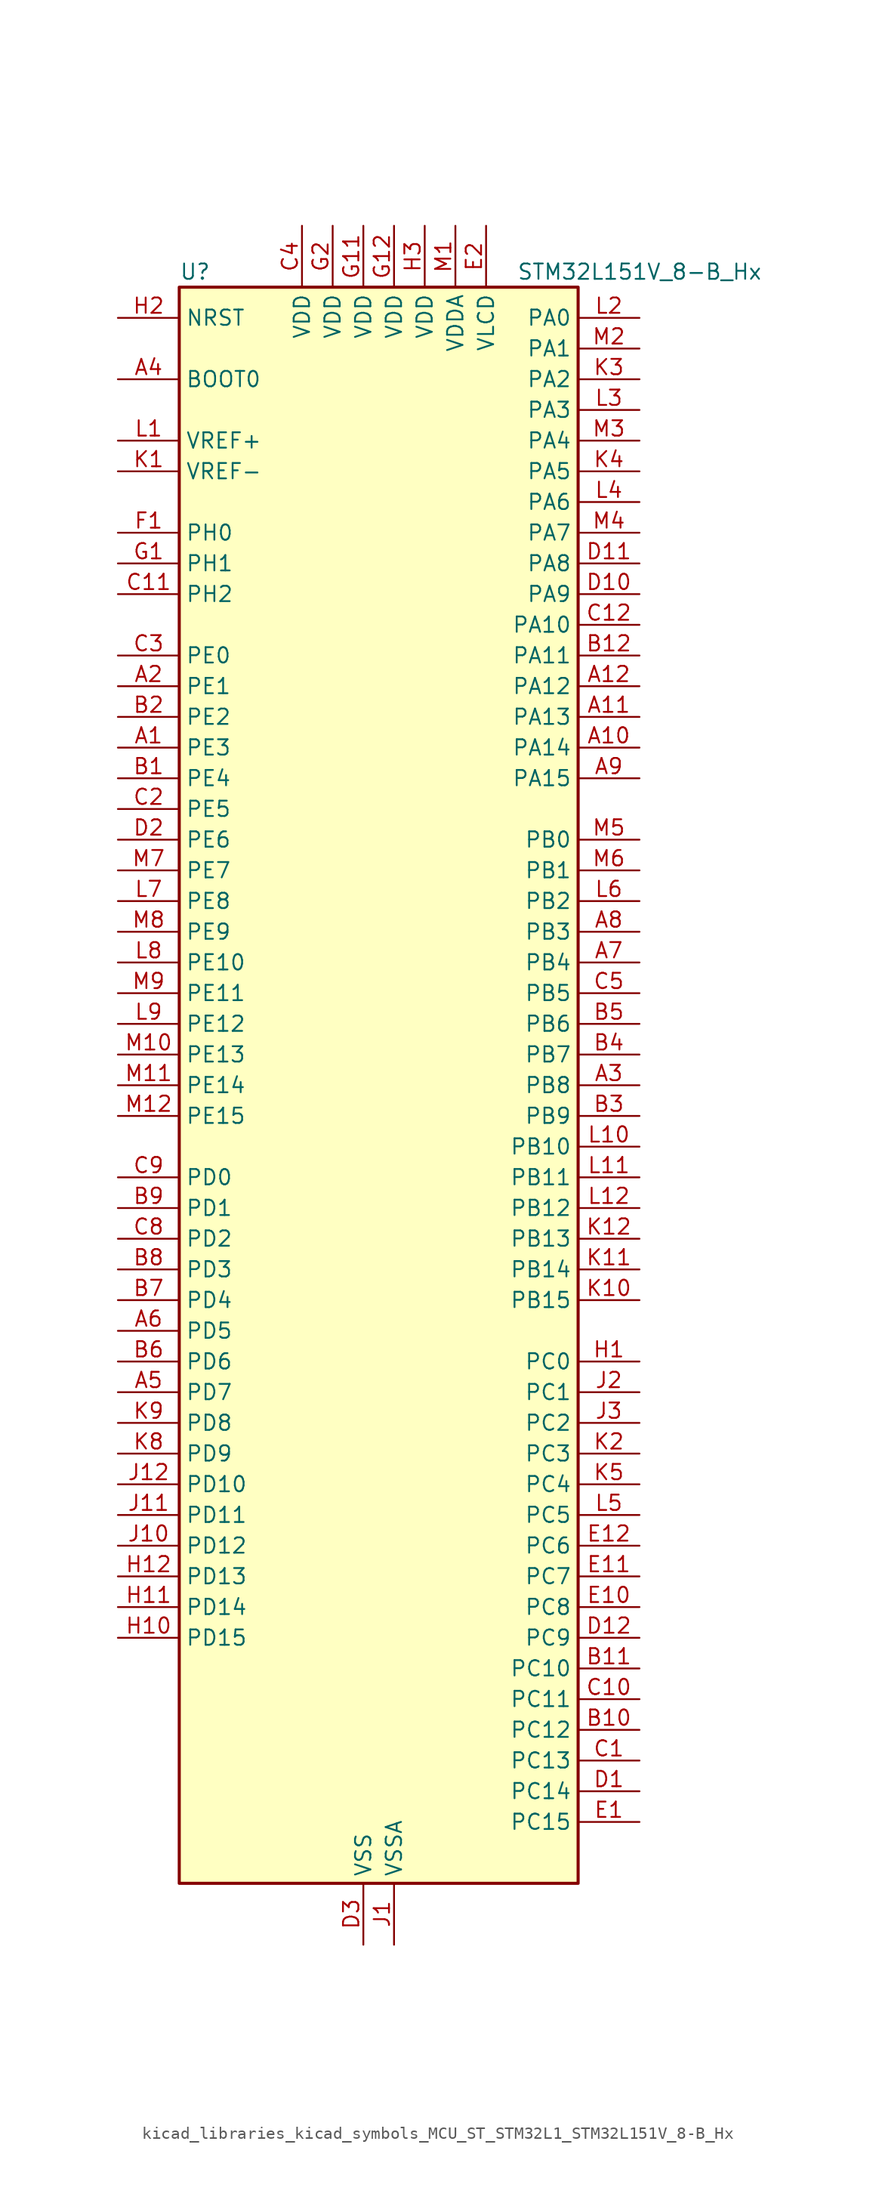
<source format=kicad_sym>
(kicad_symbol_lib
  (version 20220914)
  (generator kicad_symbol_editor)
  (symbol "kicad_libraries_kicad_symbols_MCU_ST_STM32L1_STM32L151V_8-B_Hx"
    (property "Reference" "U"
      (at -15.24 67.31 0)
      (effects (font (size 1.27 1.27)) (justify left)))
    (property "Value" "STM32L151V_8-B_Hx"
      (at 12.7 67.31 0)
      (effects (font (size 1.27 1.27)) (justify left)))
    (property "ki_locked" ""
      (at 0 0 0)
      (effects (font (size 1.27 1.27))))
    (symbol "kicad_libraries_kicad_symbols_MCU_ST_STM32L1_STM32L151V_8-B_Hx_0_1"
      (rectangle (start -15.24 -66.04) (end 17.78 66.04) (stroke (width 0.254) (type default)) (fill (type background))))
    (symbol "kicad_libraries_kicad_symbols_MCU_ST_STM32L1_STM32L151V_8-B_Hx_1_1"
      (pin bidirectional line (at -20.32 27.94 0) (length 5.08) (name "PE3" (effects (font (size 1.27 1.27)))) (number "A1" (effects (font (size 1.27 1.27)))) (alternate "SYS_TRACED0" bidirectional line) (alternate "TIM3_CH1" bidirectional line) (alternate "TIMX_IC4" bidirectional line))
      (pin bidirectional line (at 22.86 27.94 180) (length 5.08) (name "PA14" (effects (font (size 1.27 1.27)))) (number "A10" (effects (font (size 1.27 1.27)))) (alternate "SYS_JTCK-SWCLK" bidirectional line) (alternate "TIMX_IC3" bidirectional line) (alternate "TS_G5_IO2" bidirectional line))
      (pin bidirectional line (at 22.86 30.48 180) (length 5.08) (name "PA13" (effects (font (size 1.27 1.27)))) (number "A11" (effects (font (size 1.27 1.27)))) (alternate "SYS_JTMS-SWDIO" bidirectional line) (alternate "TIMX_IC2" bidirectional line) (alternate "TS_G5_IO1" bidirectional line))
      (pin bidirectional line (at 22.86 33.02 180) (length 5.08) (name "PA12" (effects (font (size 1.27 1.27)))) (number "A12" (effects (font (size 1.27 1.27)))) (alternate "SPI1_MOSI" bidirectional line) (alternate "TIMX_IC1" bidirectional line) (alternate "USART1_RTS" bidirectional line) (alternate "USB_DP" bidirectional line))
      (pin bidirectional line (at -20.32 33.02 0) (length 5.08) (name "PE1" (effects (font (size 1.27 1.27)))) (number "A2" (effects (font (size 1.27 1.27)))) (alternate "TIM11_CH1" bidirectional line) (alternate "TIMX_IC2" bidirectional line))
      (pin bidirectional line (at 22.86 0 180) (length 5.08) (name "PB8" (effects (font (size 1.27 1.27)))) (number "A3" (effects (font (size 1.27 1.27)))) (alternate "I2C1_SCL" bidirectional line) (alternate "TIM10_CH1" bidirectional line) (alternate "TIM4_CH3" bidirectional line))
      (pin input line (at -20.32 58.42 0) (length 5.08) (name "BOOT0" (effects (font (size 1.27 1.27)))) (number "A4" (effects (font (size 1.27 1.27)))))
      (pin bidirectional line (at -20.32 -25.4 0) (length 5.08) (name "PD7" (effects (font (size 1.27 1.27)))) (number "A5" (effects (font (size 1.27 1.27)))) (alternate "TIM9_CH2" bidirectional line) (alternate "TIMX_IC4" bidirectional line) (alternate "USART2_CK" bidirectional line))
      (pin bidirectional line (at -20.32 -20.32 0) (length 5.08) (name "PD5" (effects (font (size 1.27 1.27)))) (number "A6" (effects (font (size 1.27 1.27)))) (alternate "TIMX_IC2" bidirectional line) (alternate "USART2_TX" bidirectional line))
      (pin bidirectional line (at 22.86 10.16 180) (length 5.08) (name "PB4" (effects (font (size 1.27 1.27)))) (number "A7" (effects (font (size 1.27 1.27)))) (alternate "COMP2_INP" bidirectional line) (alternate "SPI1_MISO" bidirectional line) (alternate "SYS_JTRST" bidirectional line) (alternate "TIM3_CH1" bidirectional line) (alternate "TS_G6_IO1" bidirectional line))
      (pin bidirectional line (at 22.86 12.7 180) (length 5.08) (name "PB3" (effects (font (size 1.27 1.27)))) (number "A8" (effects (font (size 1.27 1.27)))) (alternate "COMP2_INM" bidirectional line) (alternate "SPI1_SCK" bidirectional line) (alternate "SYS_JTDO-TRACESWO" bidirectional line) (alternate "TIM2_CH2" bidirectional line))
      (pin bidirectional line (at 22.86 25.4 180) (length 5.08) (name "PA15" (effects (font (size 1.27 1.27)))) (number "A9" (effects (font (size 1.27 1.27)))) (alternate "ADC_EXTI15" bidirectional line) (alternate "SPI1_NSS" bidirectional line) (alternate "SYS_JTDI" bidirectional line) (alternate "TIM2_CH1" bidirectional line) (alternate "TIM2_ETR" bidirectional line) (alternate "TIMX_IC4" bidirectional line) (alternate "TS_G5_IO3" bidirectional line))
      (pin bidirectional line (at -20.32 25.4 0) (length 5.08) (name "PE4" (effects (font (size 1.27 1.27)))) (number "B1" (effects (font (size 1.27 1.27)))) (alternate "SYS_TRACED1" bidirectional line) (alternate "TIM3_CH2" bidirectional line) (alternate "TIMX_IC1" bidirectional line))
      (pin bidirectional line (at 22.86 -53.34 180) (length 5.08) (name "PC12" (effects (font (size 1.27 1.27)))) (number "B10" (effects (font (size 1.27 1.27)))) (alternate "TIMX_IC1" bidirectional line) (alternate "USART3_CK" bidirectional line))
      (pin bidirectional line (at 22.86 -48.26 180) (length 5.08) (name "PC10" (effects (font (size 1.27 1.27)))) (number "B11" (effects (font (size 1.27 1.27)))) (alternate "TIMX_IC3" bidirectional line) (alternate "USART3_TX" bidirectional line))
      (pin bidirectional line (at 22.86 35.56 180) (length 5.08) (name "PA11" (effects (font (size 1.27 1.27)))) (number "B12" (effects (font (size 1.27 1.27)))) (alternate "ADC_EXTI11" bidirectional line) (alternate "SPI1_MISO" bidirectional line) (alternate "TIMX_IC4" bidirectional line) (alternate "USART1_CTS" bidirectional line) (alternate "USB_DM" bidirectional line))
      (pin bidirectional line (at -20.32 30.48 0) (length 5.08) (name "PE2" (effects (font (size 1.27 1.27)))) (number "B2" (effects (font (size 1.27 1.27)))) (alternate "SYS_TRACECK" bidirectional line) (alternate "TIM3_ETR" bidirectional line) (alternate "TIMX_IC3" bidirectional line))
      (pin bidirectional line (at 22.86 -2.54 180) (length 5.08) (name "PB9" (effects (font (size 1.27 1.27)))) (number "B3" (effects (font (size 1.27 1.27)))) (alternate "DAC_EXTI9" bidirectional line) (alternate "I2C1_SDA" bidirectional line) (alternate "TIM11_CH1" bidirectional line) (alternate "TIM4_CH4" bidirectional line))
      (pin bidirectional line (at 22.86 2.54 180) (length 5.08) (name "PB7" (effects (font (size 1.27 1.27)))) (number "B4" (effects (font (size 1.27 1.27)))) (alternate "I2C1_SDA" bidirectional line) (alternate "SYS_PVD_IN" bidirectional line) (alternate "TIM4_CH2" bidirectional line) (alternate "USART1_RX" bidirectional line))
      (pin bidirectional line (at 22.86 5.08 180) (length 5.08) (name "PB6" (effects (font (size 1.27 1.27)))) (number "B5" (effects (font (size 1.27 1.27)))) (alternate "I2C1_SCL" bidirectional line) (alternate "TIM4_CH1" bidirectional line) (alternate "USART1_TX" bidirectional line))
      (pin bidirectional line (at -20.32 -22.86 0) (length 5.08) (name "PD6" (effects (font (size 1.27 1.27)))) (number "B6" (effects (font (size 1.27 1.27)))) (alternate "TIMX_IC3" bidirectional line) (alternate "USART2_RX" bidirectional line))
      (pin bidirectional line (at -20.32 -17.78 0) (length 5.08) (name "PD4" (effects (font (size 1.27 1.27)))) (number "B7" (effects (font (size 1.27 1.27)))) (alternate "SPI2_MOSI" bidirectional line) (alternate "TIMX_IC1" bidirectional line) (alternate "USART2_RTS" bidirectional line))
      (pin bidirectional line (at -20.32 -15.24 0) (length 5.08) (name "PD3" (effects (font (size 1.27 1.27)))) (number "B8" (effects (font (size 1.27 1.27)))) (alternate "SPI2_MISO" bidirectional line) (alternate "TIMX_IC4" bidirectional line) (alternate "USART2_CTS" bidirectional line))
      (pin bidirectional line (at -20.32 -10.16 0) (length 5.08) (name "PD1" (effects (font (size 1.27 1.27)))) (number "B9" (effects (font (size 1.27 1.27)))) (alternate "SPI2_SCK" bidirectional line) (alternate "TIMX_IC2" bidirectional line))
      (pin bidirectional line (at 22.86 -55.88 180) (length 5.08) (name "PC13" (effects (font (size 1.27 1.27)))) (number "C1" (effects (font (size 1.27 1.27)))) (alternate "RTC_OUT_ALARM" bidirectional line) (alternate "RTC_OUT_CALIB" bidirectional line) (alternate "RTC_TAMP1" bidirectional line) (alternate "RTC_TS" bidirectional line) (alternate "SYS_WKUP2" bidirectional line) (alternate "TIMX_IC2" bidirectional line))
      (pin bidirectional line (at 22.86 -50.8 180) (length 5.08) (name "PC11" (effects (font (size 1.27 1.27)))) (number "C10" (effects (font (size 1.27 1.27)))) (alternate "ADC_EXTI11" bidirectional line) (alternate "TIMX_IC4" bidirectional line) (alternate "USART3_RX" bidirectional line))
      (pin bidirectional line (at -20.32 40.64 0) (length 5.08) (name "PH2" (effects (font (size 1.27 1.27)))) (number "C11" (effects (font (size 1.27 1.27)))))
      (pin bidirectional line (at 22.86 38.1 180) (length 5.08) (name "PA10" (effects (font (size 1.27 1.27)))) (number "C12" (effects (font (size 1.27 1.27)))) (alternate "TIMX_IC3" bidirectional line) (alternate "TS_G4_IO3" bidirectional line) (alternate "USART1_RX" bidirectional line))
      (pin bidirectional line (at -20.32 22.86 0) (length 5.08) (name "PE5" (effects (font (size 1.27 1.27)))) (number "C2" (effects (font (size 1.27 1.27)))) (alternate "SYS_TRACED2" bidirectional line) (alternate "TIM9_CH1" bidirectional line) (alternate "TIMX_IC2" bidirectional line))
      (pin bidirectional line (at -20.32 35.56 0) (length 5.08) (name "PE0" (effects (font (size 1.27 1.27)))) (number "C3" (effects (font (size 1.27 1.27)))) (alternate "TIM10_CH1" bidirectional line) (alternate "TIM4_ETR" bidirectional line) (alternate "TIMX_IC1" bidirectional line))
      (pin power_in line (at -5.08 71.12 270) (length 5.08) (name "VDD" (effects (font (size 1.27 1.27)))) (number "C4" (effects (font (size 1.27 1.27)))))
      (pin bidirectional line (at 22.86 7.62 180) (length 5.08) (name "PB5" (effects (font (size 1.27 1.27)))) (number "C5" (effects (font (size 1.27 1.27)))) (alternate "COMP2_INP" bidirectional line) (alternate "I2C1_SMBA" bidirectional line) (alternate "SPI1_MOSI" bidirectional line) (alternate "TIM3_CH2" bidirectional line) (alternate "TS_G6_IO2" bidirectional line))
      (pin bidirectional line (at -20.32 -12.7 0) (length 5.08) (name "PD2" (effects (font (size 1.27 1.27)))) (number "C8" (effects (font (size 1.27 1.27)))) (alternate "TIM3_ETR" bidirectional line) (alternate "TIMX_IC3" bidirectional line))
      (pin bidirectional line (at -20.32 -7.62 0) (length 5.08) (name "PD0" (effects (font (size 1.27 1.27)))) (number "C9" (effects (font (size 1.27 1.27)))) (alternate "SPI2_NSS" bidirectional line) (alternate "TIM9_CH1" bidirectional line) (alternate "TIMX_IC1" bidirectional line))
      (pin bidirectional line (at 22.86 -58.42 180) (length 5.08) (name "PC14" (effects (font (size 1.27 1.27)))) (number "D1" (effects (font (size 1.27 1.27)))) (alternate "RCC_OSC32_IN" bidirectional line) (alternate "TIMX_IC3" bidirectional line))
      (pin bidirectional line (at 22.86 40.64 180) (length 5.08) (name "PA9" (effects (font (size 1.27 1.27)))) (number "D10" (effects (font (size 1.27 1.27)))) (alternate "DAC_EXTI9" bidirectional line) (alternate "TIMX_IC2" bidirectional line) (alternate "TS_G4_IO2" bidirectional line) (alternate "USART1_TX" bidirectional line))
      (pin bidirectional line (at 22.86 43.18 180) (length 5.08) (name "PA8" (effects (font (size 1.27 1.27)))) (number "D11" (effects (font (size 1.27 1.27)))) (alternate "RCC_MCO" bidirectional line) (alternate "TIMX_IC1" bidirectional line) (alternate "TS_G4_IO1" bidirectional line) (alternate "USART1_CK" bidirectional line))
      (pin bidirectional line (at 22.86 -45.72 180) (length 5.08) (name "PC9" (effects (font (size 1.27 1.27)))) (number "D12" (effects (font (size 1.27 1.27)))) (alternate "DAC_EXTI9" bidirectional line) (alternate "TIM3_CH4" bidirectional line) (alternate "TIMX_IC2" bidirectional line) (alternate "TS_G10_IO4" bidirectional line))
      (pin bidirectional line (at -20.32 20.32 0) (length 5.08) (name "PE6" (effects (font (size 1.27 1.27)))) (number "D2" (effects (font (size 1.27 1.27)))) (alternate "SYS_TRACED3" bidirectional line) (alternate "SYS_WKUP3" bidirectional line) (alternate "TIM9_CH2" bidirectional line) (alternate "TIMX_IC3" bidirectional line))
      (pin power_in line (at 0 -71.12 90) (length 5.08) (name "VSS" (effects (font (size 1.27 1.27)))) (number "D3" (effects (font (size 1.27 1.27)))))
      (pin bidirectional line (at 22.86 -60.96 180) (length 5.08) (name "PC15" (effects (font (size 1.27 1.27)))) (number "E1" (effects (font (size 1.27 1.27)))) (alternate "ADC_EXTI15" bidirectional line) (alternate "RCC_OSC32_OUT" bidirectional line) (alternate "TIMX_IC4" bidirectional line))
      (pin bidirectional line (at 22.86 -43.18 180) (length 5.08) (name "PC8" (effects (font (size 1.27 1.27)))) (number "E10" (effects (font (size 1.27 1.27)))) (alternate "TIM3_CH3" bidirectional line) (alternate "TIMX_IC1" bidirectional line) (alternate "TS_G10_IO3" bidirectional line))
      (pin bidirectional line (at 22.86 -40.64 180) (length 5.08) (name "PC7" (effects (font (size 1.27 1.27)))) (number "E11" (effects (font (size 1.27 1.27)))) (alternate "TIM3_CH2" bidirectional line) (alternate "TIMX_IC4" bidirectional line) (alternate "TS_G10_IO2" bidirectional line))
      (pin bidirectional line (at 22.86 -38.1 180) (length 5.08) (name "PC6" (effects (font (size 1.27 1.27)))) (number "E12" (effects (font (size 1.27 1.27)))) (alternate "TIM3_CH1" bidirectional line) (alternate "TIMX_IC3" bidirectional line) (alternate "TS_G10_IO1" bidirectional line))
      (pin power_in line (at 10.16 71.12 270) (length 5.08) (name "VLCD" (effects (font (size 1.27 1.27)))) (number "E2" (effects (font (size 1.27 1.27)))))
      (pin passive line (at 0 -71.12 90) (length 5.08) hide (name "VSS" (effects (font (size 1.27 1.27)))) (number "E3" (effects (font (size 1.27 1.27)))))
      (pin bidirectional line (at -20.32 45.72 0) (length 5.08) (name "PH0" (effects (font (size 1.27 1.27)))) (number "F1" (effects (font (size 1.27 1.27)))) (alternate "RCC_OSC_IN" bidirectional line))
      (pin passive line (at 0 -71.12 90) (length 5.08) hide (name "VSS" (effects (font (size 1.27 1.27)))) (number "F11" (effects (font (size 1.27 1.27)))))
      (pin passive line (at 0 -71.12 90) (length 5.08) hide (name "VSS" (effects (font (size 1.27 1.27)))) (number "F12" (effects (font (size 1.27 1.27)))))
      (pin passive line (at 0 -71.12 90) (length 5.08) hide (name "VSS" (effects (font (size 1.27 1.27)))) (number "F2" (effects (font (size 1.27 1.27)))))
      (pin bidirectional line (at -20.32 43.18 0) (length 5.08) (name "PH1" (effects (font (size 1.27 1.27)))) (number "G1" (effects (font (size 1.27 1.27)))) (alternate "RCC_OSC_OUT" bidirectional line))
      (pin power_in line (at 0 71.12 270) (length 5.08) (name "VDD" (effects (font (size 1.27 1.27)))) (number "G11" (effects (font (size 1.27 1.27)))))
      (pin power_in line (at 2.54 71.12 270) (length 5.08) (name "VDD" (effects (font (size 1.27 1.27)))) (number "G12" (effects (font (size 1.27 1.27)))))
      (pin power_in line (at -2.54 71.12 270) (length 5.08) (name "VDD" (effects (font (size 1.27 1.27)))) (number "G2" (effects (font (size 1.27 1.27)))))
      (pin bidirectional line (at 22.86 -22.86 180) (length 5.08) (name "PC0" (effects (font (size 1.27 1.27)))) (number "H1" (effects (font (size 1.27 1.27)))) (alternate "ADC_IN10" bidirectional line) (alternate "COMP1_INP" bidirectional line) (alternate "TIMX_IC1" bidirectional line) (alternate "TS_G8_IO1" bidirectional line))
      (pin bidirectional line (at -20.32 -45.72 0) (length 5.08) (name "PD15" (effects (font (size 1.27 1.27)))) (number "H10" (effects (font (size 1.27 1.27)))) (alternate "ADC_EXTI15" bidirectional line) (alternate "TIM4_CH4" bidirectional line) (alternate "TIMX_IC4" bidirectional line))
      (pin bidirectional line (at -20.32 -43.18 0) (length 5.08) (name "PD14" (effects (font (size 1.27 1.27)))) (number "H11" (effects (font (size 1.27 1.27)))) (alternate "TIM4_CH3" bidirectional line) (alternate "TIMX_IC3" bidirectional line))
      (pin bidirectional line (at -20.32 -40.64 0) (length 5.08) (name "PD13" (effects (font (size 1.27 1.27)))) (number "H12" (effects (font (size 1.27 1.27)))) (alternate "TIM4_CH2" bidirectional line) (alternate "TIMX_IC2" bidirectional line))
      (pin input line (at -20.32 63.5 0) (length 5.08) (name "NRST" (effects (font (size 1.27 1.27)))) (number "H2" (effects (font (size 1.27 1.27)))))
      (pin power_in line (at 5.08 71.12 270) (length 5.08) (name "VDD" (effects (font (size 1.27 1.27)))) (number "H3" (effects (font (size 1.27 1.27)))))
      (pin power_in line (at 2.54 -71.12 90) (length 5.08) (name "VSSA" (effects (font (size 1.27 1.27)))) (number "J1" (effects (font (size 1.27 1.27)))))
      (pin bidirectional line (at -20.32 -38.1 0) (length 5.08) (name "PD12" (effects (font (size 1.27 1.27)))) (number "J10" (effects (font (size 1.27 1.27)))) (alternate "TIM4_CH1" bidirectional line) (alternate "TIMX_IC1" bidirectional line) (alternate "USART3_RTS" bidirectional line))
      (pin bidirectional line (at -20.32 -35.56 0) (length 5.08) (name "PD11" (effects (font (size 1.27 1.27)))) (number "J11" (effects (font (size 1.27 1.27)))) (alternate "ADC_EXTI11" bidirectional line) (alternate "TIMX_IC4" bidirectional line) (alternate "USART3_CTS" bidirectional line))
      (pin bidirectional line (at -20.32 -33.02 0) (length 5.08) (name "PD10" (effects (font (size 1.27 1.27)))) (number "J12" (effects (font (size 1.27 1.27)))) (alternate "TIMX_IC3" bidirectional line) (alternate "USART3_CK" bidirectional line))
      (pin bidirectional line (at 22.86 -25.4 180) (length 5.08) (name "PC1" (effects (font (size 1.27 1.27)))) (number "J2" (effects (font (size 1.27 1.27)))) (alternate "ADC_IN11" bidirectional line) (alternate "COMP1_INP" bidirectional line) (alternate "TIMX_IC2" bidirectional line) (alternate "TS_G8_IO2" bidirectional line))
      (pin bidirectional line (at 22.86 -27.94 180) (length 5.08) (name "PC2" (effects (font (size 1.27 1.27)))) (number "J3" (effects (font (size 1.27 1.27)))) (alternate "ADC_IN12" bidirectional line) (alternate "COMP1_INP" bidirectional line) (alternate "TIMX_IC3" bidirectional line) (alternate "TS_G8_IO3" bidirectional line))
      (pin input line (at -20.32 50.8 0) (length 5.08) (name "VREF-" (effects (font (size 1.27 1.27)))) (number "K1" (effects (font (size 1.27 1.27)))))
      (pin bidirectional line (at 22.86 -17.78 180) (length 5.08) (name "PB15" (effects (font (size 1.27 1.27)))) (number "K10" (effects (font (size 1.27 1.27)))) (alternate "ADC_EXTI15" bidirectional line) (alternate "ADC_IN21" bidirectional line) (alternate "COMP1_INP" bidirectional line) (alternate "RTC_REFIN" bidirectional line) (alternate "SPI2_MOSI" bidirectional line) (alternate "TIM11_CH1" bidirectional line) (alternate "TS_G7_IO4" bidirectional line))
      (pin bidirectional line (at 22.86 -15.24 180) (length 5.08) (name "PB14" (effects (font (size 1.27 1.27)))) (number "K11" (effects (font (size 1.27 1.27)))) (alternate "ADC_IN20" bidirectional line) (alternate "COMP1_INP" bidirectional line) (alternate "SPI2_MISO" bidirectional line) (alternate "TIM9_CH2" bidirectional line) (alternate "TS_G7_IO3" bidirectional line) (alternate "USART3_RTS" bidirectional line))
      (pin bidirectional line (at 22.86 -12.7 180) (length 5.08) (name "PB13" (effects (font (size 1.27 1.27)))) (number "K12" (effects (font (size 1.27 1.27)))) (alternate "ADC_IN19" bidirectional line) (alternate "COMP1_INP" bidirectional line) (alternate "SPI2_SCK" bidirectional line) (alternate "TIM9_CH1" bidirectional line) (alternate "TS_G7_IO2" bidirectional line) (alternate "USART3_CTS" bidirectional line))
      (pin bidirectional line (at 22.86 -30.48 180) (length 5.08) (name "PC3" (effects (font (size 1.27 1.27)))) (number "K2" (effects (font (size 1.27 1.27)))) (alternate "ADC_IN13" bidirectional line) (alternate "COMP1_INP" bidirectional line) (alternate "TIMX_IC4" bidirectional line) (alternate "TS_G8_IO4" bidirectional line))
      (pin bidirectional line (at 22.86 58.42 180) (length 5.08) (name "PA2" (effects (font (size 1.27 1.27)))) (number "K3" (effects (font (size 1.27 1.27)))) (alternate "ADC_IN2" bidirectional line) (alternate "COMP1_INP" bidirectional line) (alternate "TIM2_CH3" bidirectional line) (alternate "TIM9_CH1" bidirectional line) (alternate "TIMX_IC3" bidirectional line) (alternate "TS_G1_IO3" bidirectional line) (alternate "USART2_TX" bidirectional line))
      (pin bidirectional line (at 22.86 50.8 180) (length 5.08) (name "PA5" (effects (font (size 1.27 1.27)))) (number "K4" (effects (font (size 1.27 1.27)))) (alternate "ADC_IN5" bidirectional line) (alternate "COMP1_INP" bidirectional line) (alternate "DAC_OUT2" bidirectional line) (alternate "SPI1_SCK" bidirectional line) (alternate "TIM2_CH1" bidirectional line) (alternate "TIM2_ETR" bidirectional line) (alternate "TIMX_IC2" bidirectional line))
      (pin bidirectional line (at 22.86 -33.02 180) (length 5.08) (name "PC4" (effects (font (size 1.27 1.27)))) (number "K5" (effects (font (size 1.27 1.27)))) (alternate "ADC_IN14" bidirectional line) (alternate "COMP1_INP" bidirectional line) (alternate "TIMX_IC1" bidirectional line) (alternate "TS_G9_IO1" bidirectional line))
      (pin bidirectional line (at -20.32 -30.48 0) (length 5.08) (name "PD9" (effects (font (size 1.27 1.27)))) (number "K8" (effects (font (size 1.27 1.27)))) (alternate "DAC_EXTI9" bidirectional line) (alternate "TIMX_IC2" bidirectional line) (alternate "USART3_RX" bidirectional line))
      (pin bidirectional line (at -20.32 -27.94 0) (length 5.08) (name "PD8" (effects (font (size 1.27 1.27)))) (number "K9" (effects (font (size 1.27 1.27)))) (alternate "TIMX_IC1" bidirectional line) (alternate "USART3_TX" bidirectional line))
      (pin input line (at -20.32 53.34 0) (length 5.08) (name "VREF+" (effects (font (size 1.27 1.27)))) (number "L1" (effects (font (size 1.27 1.27)))))
      (pin bidirectional line (at 22.86 -5.08 180) (length 5.08) (name "PB10" (effects (font (size 1.27 1.27)))) (number "L10" (effects (font (size 1.27 1.27)))) (alternate "I2C2_SCL" bidirectional line) (alternate "TIM2_CH3" bidirectional line) (alternate "USART3_TX" bidirectional line))
      (pin bidirectional line (at 22.86 -7.62 180) (length 5.08) (name "PB11" (effects (font (size 1.27 1.27)))) (number "L11" (effects (font (size 1.27 1.27)))) (alternate "ADC_EXTI11" bidirectional line) (alternate "I2C2_SDA" bidirectional line) (alternate "TIM2_CH4" bidirectional line) (alternate "USART3_RX" bidirectional line))
      (pin bidirectional line (at 22.86 -10.16 180) (length 5.08) (name "PB12" (effects (font (size 1.27 1.27)))) (number "L12" (effects (font (size 1.27 1.27)))) (alternate "ADC_IN18" bidirectional line) (alternate "COMP1_INP" bidirectional line) (alternate "I2C2_SMBA" bidirectional line) (alternate "SPI2_NSS" bidirectional line) (alternate "TIM10_CH1" bidirectional line) (alternate "TS_G7_IO1" bidirectional line) (alternate "USART3_CK" bidirectional line))
      (pin bidirectional line (at 22.86 63.5 180) (length 5.08) (name "PA0" (effects (font (size 1.27 1.27)))) (number "L2" (effects (font (size 1.27 1.27)))) (alternate "ADC_IN0" bidirectional line) (alternate "COMP1_INP" bidirectional line) (alternate "SYS_WKUP1" bidirectional line) (alternate "TIM2_CH1" bidirectional line) (alternate "TIM2_ETR" bidirectional line) (alternate "TIMX_IC1" bidirectional line) (alternate "TS_G1_IO1" bidirectional line) (alternate "USART2_CTS" bidirectional line))
      (pin bidirectional line (at 22.86 55.88 180) (length 5.08) (name "PA3" (effects (font (size 1.27 1.27)))) (number "L3" (effects (font (size 1.27 1.27)))) (alternate "ADC_IN3" bidirectional line) (alternate "COMP1_INP" bidirectional line) (alternate "TIM2_CH4" bidirectional line) (alternate "TIM9_CH2" bidirectional line) (alternate "TIMX_IC4" bidirectional line) (alternate "TS_G1_IO4" bidirectional line) (alternate "USART2_RX" bidirectional line))
      (pin bidirectional line (at 22.86 48.26 180) (length 5.08) (name "PA6" (effects (font (size 1.27 1.27)))) (number "L4" (effects (font (size 1.27 1.27)))) (alternate "ADC_IN6" bidirectional line) (alternate "COMP1_INP" bidirectional line) (alternate "SPI1_MISO" bidirectional line) (alternate "TIM10_CH1" bidirectional line) (alternate "TIM3_CH1" bidirectional line) (alternate "TIMX_IC3" bidirectional line) (alternate "TS_G2_IO1" bidirectional line))
      (pin bidirectional line (at 22.86 -35.56 180) (length 5.08) (name "PC5" (effects (font (size 1.27 1.27)))) (number "L5" (effects (font (size 1.27 1.27)))) (alternate "ADC_IN15" bidirectional line) (alternate "COMP1_INP" bidirectional line) (alternate "TIMX_IC2" bidirectional line) (alternate "TS_G9_IO2" bidirectional line))
      (pin bidirectional line (at 22.86 15.24 180) (length 5.08) (name "PB2" (effects (font (size 1.27 1.27)))) (number "L6" (effects (font (size 1.27 1.27)))))
      (pin bidirectional line (at -20.32 15.24 0) (length 5.08) (name "PE8" (effects (font (size 1.27 1.27)))) (number "L7" (effects (font (size 1.27 1.27)))) (alternate "ADC_IN23" bidirectional line) (alternate "COMP1_INP" bidirectional line) (alternate "TIMX_IC1" bidirectional line))
      (pin bidirectional line (at -20.32 10.16 0) (length 5.08) (name "PE10" (effects (font (size 1.27 1.27)))) (number "L8" (effects (font (size 1.27 1.27)))) (alternate "ADC_IN25" bidirectional line) (alternate "COMP1_INP" bidirectional line) (alternate "TIM2_CH2" bidirectional line) (alternate "TIMX_IC3" bidirectional line))
      (pin bidirectional line (at -20.32 5.08 0) (length 5.08) (name "PE12" (effects (font (size 1.27 1.27)))) (number "L9" (effects (font (size 1.27 1.27)))) (alternate "SPI1_NSS" bidirectional line) (alternate "TIM2_CH4" bidirectional line) (alternate "TIMX_IC1" bidirectional line))
      (pin power_in line (at 7.62 71.12 270) (length 5.08) (name "VDDA" (effects (font (size 1.27 1.27)))) (number "M1" (effects (font (size 1.27 1.27)))))
      (pin bidirectional line (at -20.32 2.54 0) (length 5.08) (name "PE13" (effects (font (size 1.27 1.27)))) (number "M10" (effects (font (size 1.27 1.27)))) (alternate "SPI1_SCK" bidirectional line) (alternate "TIMX_IC2" bidirectional line))
      (pin bidirectional line (at -20.32 0 0) (length 5.08) (name "PE14" (effects (font (size 1.27 1.27)))) (number "M11" (effects (font (size 1.27 1.27)))) (alternate "SPI1_MISO" bidirectional line) (alternate "TIMX_IC3" bidirectional line))
      (pin bidirectional line (at -20.32 -2.54 0) (length 5.08) (name "PE15" (effects (font (size 1.27 1.27)))) (number "M12" (effects (font (size 1.27 1.27)))) (alternate "ADC_EXTI15" bidirectional line) (alternate "SPI1_MOSI" bidirectional line) (alternate "TIMX_IC4" bidirectional line))
      (pin bidirectional line (at 22.86 60.96 180) (length 5.08) (name "PA1" (effects (font (size 1.27 1.27)))) (number "M2" (effects (font (size 1.27 1.27)))) (alternate "ADC_IN1" bidirectional line) (alternate "COMP1_INP" bidirectional line) (alternate "TIM2_CH2" bidirectional line) (alternate "TIMX_IC2" bidirectional line) (alternate "TS_G1_IO2" bidirectional line) (alternate "USART2_RTS" bidirectional line))
      (pin bidirectional line (at 22.86 53.34 180) (length 5.08) (name "PA4" (effects (font (size 1.27 1.27)))) (number "M3" (effects (font (size 1.27 1.27)))) (alternate "ADC_IN4" bidirectional line) (alternate "COMP1_INP" bidirectional line) (alternate "DAC_OUT1" bidirectional line) (alternate "SPI1_NSS" bidirectional line) (alternate "TIMX_IC1" bidirectional line) (alternate "USART2_CK" bidirectional line))
      (pin bidirectional line (at 22.86 45.72 180) (length 5.08) (name "PA7" (effects (font (size 1.27 1.27)))) (number "M4" (effects (font (size 1.27 1.27)))) (alternate "ADC_IN7" bidirectional line) (alternate "COMP1_INP" bidirectional line) (alternate "SPI1_MOSI" bidirectional line) (alternate "TIM11_CH1" bidirectional line) (alternate "TIM3_CH2" bidirectional line) (alternate "TIMX_IC4" bidirectional line) (alternate "TS_G2_IO2" bidirectional line))
      (pin bidirectional line (at 22.86 20.32 180) (length 5.08) (name "PB0" (effects (font (size 1.27 1.27)))) (number "M5" (effects (font (size 1.27 1.27)))) (alternate "ADC_IN8" bidirectional line) (alternate "COMP1_INP" bidirectional line) (alternate "SYS_V_REF_OUT" bidirectional line) (alternate "TIM3_CH3" bidirectional line) (alternate "TS_G3_IO1" bidirectional line))
      (pin bidirectional line (at 22.86 17.78 180) (length 5.08) (name "PB1" (effects (font (size 1.27 1.27)))) (number "M6" (effects (font (size 1.27 1.27)))) (alternate "ADC_IN9" bidirectional line) (alternate "COMP1_INP" bidirectional line) (alternate "SYS_V_REF_OUT" bidirectional line) (alternate "TIM3_CH4" bidirectional line) (alternate "TS_G3_IO2" bidirectional line))
      (pin bidirectional line (at -20.32 17.78 0) (length 5.08) (name "PE7" (effects (font (size 1.27 1.27)))) (number "M7" (effects (font (size 1.27 1.27)))) (alternate "ADC_IN22" bidirectional line) (alternate "COMP1_INP" bidirectional line) (alternate "TIMX_IC4" bidirectional line))
      (pin bidirectional line (at -20.32 12.7 0) (length 5.08) (name "PE9" (effects (font (size 1.27 1.27)))) (number "M8" (effects (font (size 1.27 1.27)))) (alternate "ADC_IN24" bidirectional line) (alternate "COMP1_INP" bidirectional line) (alternate "DAC_EXTI9" bidirectional line) (alternate "TIM2_CH1" bidirectional line) (alternate "TIM2_ETR" bidirectional line) (alternate "TIMX_IC2" bidirectional line))
      (pin bidirectional line (at -20.32 7.62 0) (length 5.08) (name "PE11" (effects (font (size 1.27 1.27)))) (number "M9" (effects (font (size 1.27 1.27)))) (alternate "ADC_EXTI11" bidirectional line) (alternate "TIM2_CH3" bidirectional line) (alternate "TIMX_IC4" bidirectional line)))))
</source>
